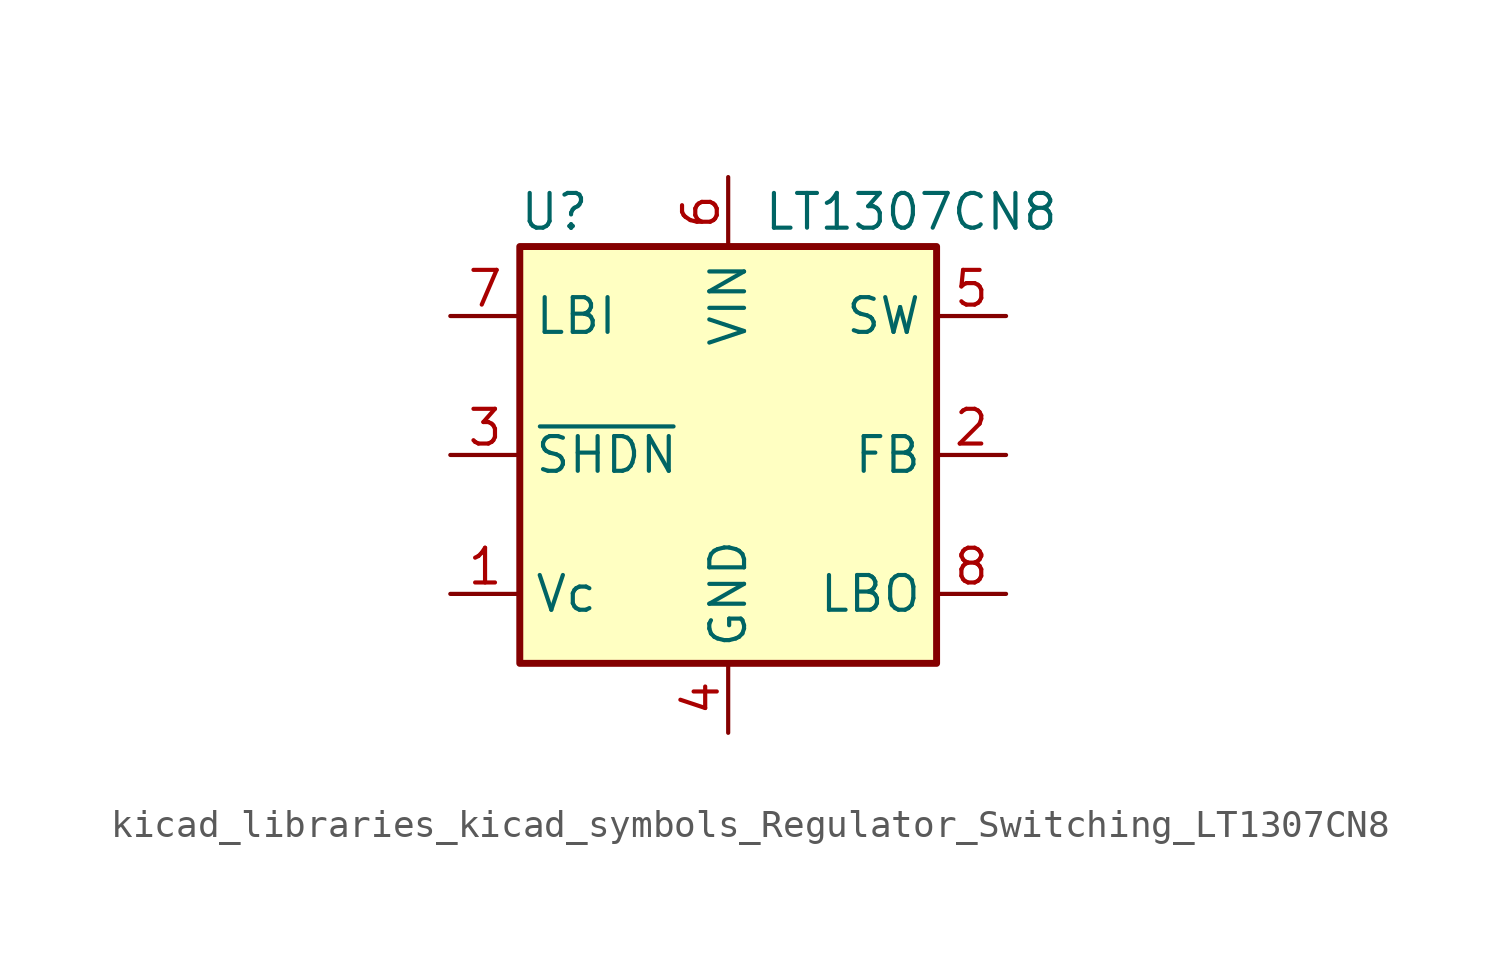
<source format=kicad_sym>
(kicad_symbol_lib
  (version 20220914)
  (generator kicad_symbol_editor)
  (symbol "kicad_libraries_kicad_symbols_Regulator_Switching_LT1307CN8"
    (property "Reference" "U"
      (at -6.35 8.89 0)
      (effects (font (size 1.27 1.27))))
    (property "Value" "LT1307CN8"
      (at 1.27 8.89 0)
      (effects (font (size 1.27 1.27)) (justify left)))
    (symbol "kicad_libraries_kicad_symbols_Regulator_Switching_LT1307CN8_0_1"
      (rectangle (start -7.62 -7.62) (end 7.62 7.62) (stroke (width 0.254) (type default)) (fill (type background))))
    (symbol "kicad_libraries_kicad_symbols_Regulator_Switching_LT1307CN8_1_1"
      (pin input line (at -10.16 -5.08 0) (length 2.54) (name "Vc" (effects (font (size 1.27 1.27)))) (number "1" (effects (font (size 1.27 1.27)))))
      (pin input line (at 10.16 0 180) (length 2.54) (name "FB" (effects (font (size 1.27 1.27)))) (number "2" (effects (font (size 1.27 1.27)))))
      (pin input line (at -10.16 0 0) (length 2.54) (name "~{SHDN}" (effects (font (size 1.27 1.27)))) (number "3" (effects (font (size 1.27 1.27)))))
      (pin power_in line (at 0 -10.16 90) (length 2.54) (name "GND" (effects (font (size 1.27 1.27)))) (number "4" (effects (font (size 1.27 1.27)))))
      (pin open_collector line (at 10.16 5.08 180) (length 2.54) (name "SW" (effects (font (size 1.27 1.27)))) (number "5" (effects (font (size 1.27 1.27)))))
      (pin power_in line (at 0 10.16 270) (length 2.54) (name "VIN" (effects (font (size 1.27 1.27)))) (number "6" (effects (font (size 1.27 1.27)))))
      (pin input line (at -10.16 5.08 0) (length 2.54) (name "LBI" (effects (font (size 1.27 1.27)))) (number "7" (effects (font (size 1.27 1.27)))))
      (pin output line (at 10.16 -5.08 180) (length 2.54) (name "LBO" (effects (font (size 1.27 1.27)))) (number "8" (effects (font (size 1.27 1.27))))))))
</source>
